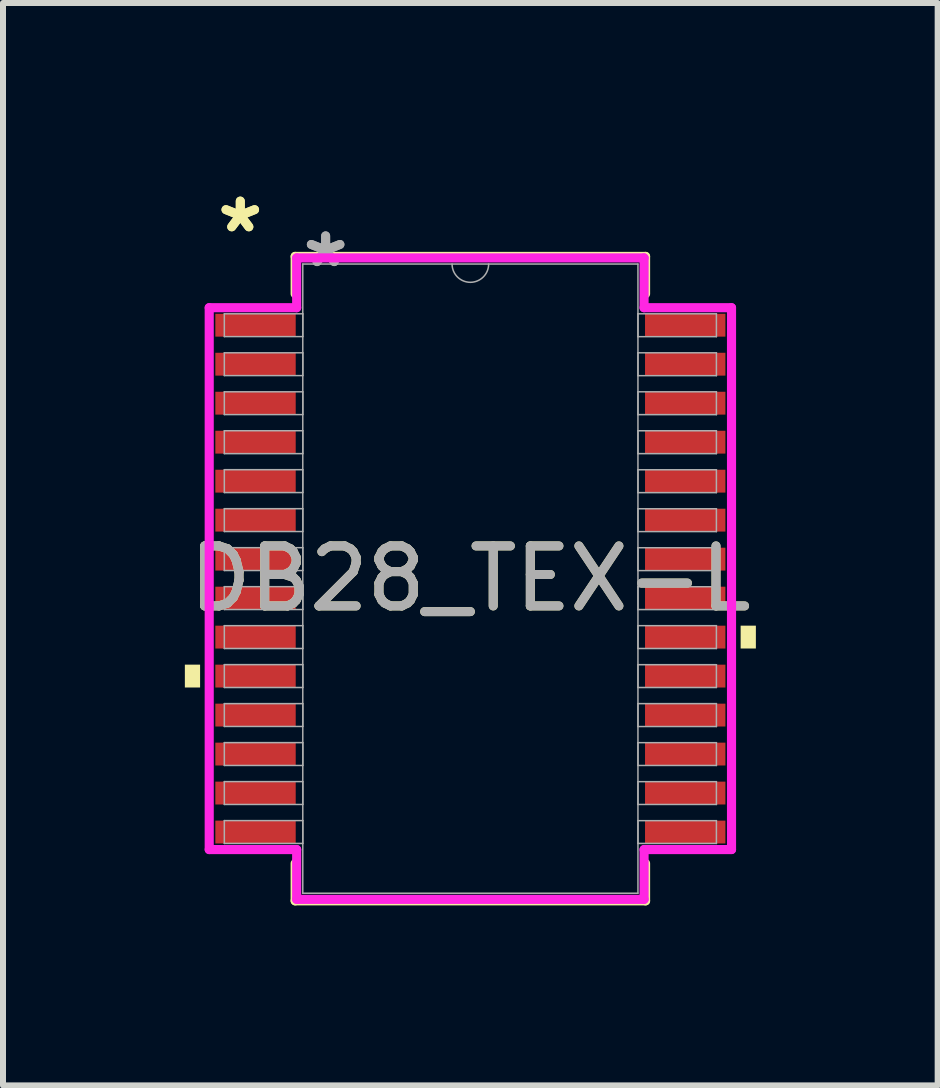
<source format=kicad_pcb>
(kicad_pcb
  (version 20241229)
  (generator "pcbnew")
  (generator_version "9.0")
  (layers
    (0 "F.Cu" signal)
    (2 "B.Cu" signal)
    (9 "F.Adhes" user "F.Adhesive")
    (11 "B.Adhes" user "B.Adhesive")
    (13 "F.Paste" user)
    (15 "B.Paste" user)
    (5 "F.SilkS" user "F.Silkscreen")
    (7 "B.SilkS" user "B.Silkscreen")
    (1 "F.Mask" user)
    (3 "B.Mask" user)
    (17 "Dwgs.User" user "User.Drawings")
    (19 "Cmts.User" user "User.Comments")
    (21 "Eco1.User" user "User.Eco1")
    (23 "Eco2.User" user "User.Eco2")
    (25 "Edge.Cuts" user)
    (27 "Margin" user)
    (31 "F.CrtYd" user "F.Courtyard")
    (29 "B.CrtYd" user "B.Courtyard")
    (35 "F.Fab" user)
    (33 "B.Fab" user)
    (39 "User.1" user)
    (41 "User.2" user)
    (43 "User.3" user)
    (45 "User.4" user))
  (footprint "DB28_TEX-L"
    (layer "F.Cu")
    (at 4.792 6.597)
    (property "Reference" "DB28_TEX-L" (at 0 0 0) (unlocked yes) (layer "F.SilkS") (effects (font (size 1 1) (thickness 0.15))))
    (attr smd)
    (fp_line (start -2.921 -5.372) (end -2.921 -4.748) (stroke (width 0.152) (type solid)) (layer "F.SilkS"))
    (fp_line (start -2.921 4.748) (end -2.921 5.372) (stroke (width 0.152) (type solid)) (layer "F.SilkS"))
    (fp_line (start -2.921 5.372) (end 2.921 5.372) (stroke (width 0.152) (type solid)) (layer "F.SilkS"))
    (fp_line (start 2.921 -5.372) (end -2.921 -5.372) (stroke (width 0.152) (type solid)) (layer "F.SilkS"))
    (fp_line (start 2.921 -4.748) (end 2.921 -5.372) (stroke (width 0.152) (type solid)) (layer "F.SilkS"))
    (fp_line (start 2.921 5.372) (end 2.921 4.748) (stroke (width 0.152) (type solid)) (layer "F.SilkS"))
    (fp_poly (pts (xy -4.76 1.434) (xy -4.76 1.815) (xy -4.506 1.815) (xy -4.506 1.434)) (stroke (width 0) (type solid)) (fill yes) (layer "F.SilkS"))
    (fp_poly (pts (xy 4.76 0.784) (xy 4.76 1.165) (xy 4.506 1.165) (xy 4.506 0.784)) (stroke (width 0) (type solid)) (fill yes) (layer "F.SilkS"))
    (fp_line (start -4.354 -4.517) (end -2.896 -4.517) (stroke (width 0.152) (type solid)) (layer "F.CrtYd"))
    (fp_line (start -4.354 4.517) (end -4.354 -4.517) (stroke (width 0.152) (type solid)) (layer "F.CrtYd"))
    (fp_line (start -4.354 4.517) (end -2.896 4.517) (stroke (width 0.152) (type solid)) (layer "F.CrtYd"))
    (fp_line (start -2.896 -5.347) (end 2.896 -5.347) (stroke (width 0.152) (type solid)) (layer "F.CrtYd"))
    (fp_line (start -2.896 -4.517) (end -2.896 -5.347) (stroke (width 0.152) (type solid)) (layer "F.CrtYd"))
    (fp_line (start -2.896 5.347) (end -2.896 4.517) (stroke (width 0.152) (type solid)) (layer "F.CrtYd"))
    (fp_line (start 2.896 -5.347) (end 2.896 -4.517) (stroke (width 0.152) (type solid)) (layer "F.CrtYd"))
    (fp_line (start 2.896 4.517) (end 2.896 5.347) (stroke (width 0.152) (type solid)) (layer "F.CrtYd"))
    (fp_line (start 2.896 5.347) (end -2.896 5.347) (stroke (width 0.152) (type solid)) (layer "F.CrtYd"))
    (fp_line (start 4.354 -4.517) (end 2.896 -4.517) (stroke (width 0.152) (type solid)) (layer "F.CrtYd"))
    (fp_line (start 4.354 -4.517) (end 4.354 4.517) (stroke (width 0.152) (type solid)) (layer "F.CrtYd"))
    (fp_line (start 4.354 4.517) (end 2.896 4.517) (stroke (width 0.152) (type solid)) (layer "F.CrtYd"))
    (fp_line (start -4.102 -4.415) (end -4.102 -4.035) (stroke (width 0.025) (type solid)) (layer "F.Fab"))
    (fp_line (start -4.102 -4.035) (end -2.794 -4.035) (stroke (width 0.025) (type solid)) (layer "F.Fab"))
    (fp_line (start -4.102 -3.765) (end -4.102 -3.385) (stroke (width 0.025) (type solid)) (layer "F.Fab"))
    (fp_line (start -4.102 -3.385) (end -2.794 -3.385) (stroke (width 0.025) (type solid)) (layer "F.Fab"))
    (fp_line (start -4.102 -3.115) (end -4.102 -2.735) (stroke (width 0.025) (type solid)) (layer "F.Fab"))
    (fp_line (start -4.102 -2.735) (end -2.794 -2.735) (stroke (width 0.025) (type solid)) (layer "F.Fab"))
    (fp_line (start -4.102 -2.466) (end -4.102 -2.084) (stroke (width 0.025) (type solid)) (layer "F.Fab"))
    (fp_line (start -4.102 -2.084) (end -2.794 -2.084) (stroke (width 0.025) (type solid)) (layer "F.Fab"))
    (fp_line (start -4.102 -1.816) (end -4.102 -1.435) (stroke (width 0.025) (type solid)) (layer "F.Fab"))
    (fp_line (start -4.102 -1.435) (end -2.794 -1.435) (stroke (width 0.025) (type solid)) (layer "F.Fab"))
    (fp_line (start -4.102 -1.166) (end -4.102 -0.785) (stroke (width 0.025) (type solid)) (layer "F.Fab"))
    (fp_line (start -4.102 -0.785) (end -2.794 -0.785) (stroke (width 0.025) (type solid)) (layer "F.Fab"))
    (fp_line (start -4.102 -0.516) (end -4.102 -0.135) (stroke (width 0.025) (type solid)) (layer "F.Fab"))
    (fp_line (start -4.102 -0.135) (end -2.794 -0.135) (stroke (width 0.025) (type solid)) (layer "F.Fab"))
    (fp_line (start -4.102 0.134) (end -4.102 0.515) (stroke (width 0.025) (type solid)) (layer "F.Fab"))
    (fp_line (start -4.102 0.515) (end -2.794 0.515) (stroke (width 0.025) (type solid)) (layer "F.Fab"))
    (fp_line (start -4.102 0.784) (end -4.102 1.165) (stroke (width 0.025) (type solid)) (layer "F.Fab"))
    (fp_line (start -4.102 1.165) (end -2.794 1.165) (stroke (width 0.025) (type solid)) (layer "F.Fab"))
    (fp_line (start -4.102 1.434) (end -4.102 1.815) (stroke (width 0.025) (type solid)) (layer "F.Fab"))
    (fp_line (start -4.102 1.815) (end -2.794 1.815) (stroke (width 0.025) (type solid)) (layer "F.Fab"))
    (fp_line (start -4.102 2.084) (end -4.102 2.465) (stroke (width 0.025) (type solid)) (layer "F.Fab"))
    (fp_line (start -4.102 2.465) (end -2.794 2.465) (stroke (width 0.025) (type solid)) (layer "F.Fab"))
    (fp_line (start -4.102 2.734) (end -4.102 3.115) (stroke (width 0.025) (type solid)) (layer "F.Fab"))
    (fp_line (start -4.102 3.115) (end -2.794 3.115) (stroke (width 0.025) (type solid)) (layer "F.Fab"))
    (fp_line (start -4.102 3.384) (end -4.102 3.765) (stroke (width 0.025) (type solid)) (layer "F.Fab"))
    (fp_line (start -4.102 3.765) (end -2.794 3.765) (stroke (width 0.025) (type solid)) (layer "F.Fab"))
    (fp_line (start -4.102 4.034) (end -4.102 4.415) (stroke (width 0.025) (type solid)) (layer "F.Fab"))
    (fp_line (start -4.102 4.415) (end -2.794 4.415) (stroke (width 0.025) (type solid)) (layer "F.Fab"))
    (fp_line (start -2.794 -5.245) (end -2.794 5.245) (stroke (width 0.025) (type solid)) (layer "F.Fab"))
    (fp_line (start -2.794 -4.415) (end -4.102 -4.415) (stroke (width 0.025) (type solid)) (layer "F.Fab"))
    (fp_line (start -2.794 -4.035) (end -2.794 -4.415) (stroke (width 0.025) (type solid)) (layer "F.Fab"))
    (fp_line (start -2.794 -3.765) (end -4.102 -3.765) (stroke (width 0.025) (type solid)) (layer "F.Fab"))
    (fp_line (start -2.794 -3.385) (end -2.794 -3.765) (stroke (width 0.025) (type solid)) (layer "F.Fab"))
    (fp_line (start -2.794 -3.115) (end -4.102 -3.115) (stroke (width 0.025) (type solid)) (layer "F.Fab"))
    (fp_line (start -2.794 -2.735) (end -2.794 -3.115) (stroke (width 0.025) (type solid)) (layer "F.Fab"))
    (fp_line (start -2.794 -2.466) (end -4.102 -2.466) (stroke (width 0.025) (type solid)) (layer "F.Fab"))
    (fp_line (start -2.794 -2.084) (end -2.794 -2.466) (stroke (width 0.025) (type solid)) (layer "F.Fab"))
    (fp_line (start -2.794 -1.816) (end -4.102 -1.816) (stroke (width 0.025) (type solid)) (layer "F.Fab"))
    (fp_line (start -2.794 -1.435) (end -2.794 -1.816) (stroke (width 0.025) (type solid)) (layer "F.Fab"))
    (fp_line (start -2.794 -1.166) (end -4.102 -1.166) (stroke (width 0.025) (type solid)) (layer "F.Fab"))
    (fp_line (start -2.794 -0.785) (end -2.794 -1.166) (stroke (width 0.025) (type solid)) (layer "F.Fab"))
    (fp_line (start -2.794 -0.516) (end -4.102 -0.516) (stroke (width 0.025) (type solid)) (layer "F.Fab"))
    (fp_line (start -2.794 -0.135) (end -2.794 -0.516) (stroke (width 0.025) (type solid)) (layer "F.Fab"))
    (fp_line (start -2.794 0.134) (end -4.102 0.134) (stroke (width 0.025) (type solid)) (layer "F.Fab"))
    (fp_line (start -2.794 0.515) (end -2.794 0.134) (stroke (width 0.025) (type solid)) (layer "F.Fab"))
    (fp_line (start -2.794 0.784) (end -4.102 0.784) (stroke (width 0.025) (type solid)) (layer "F.Fab"))
    (fp_line (start -2.794 1.165) (end -2.794 0.784) (stroke (width 0.025) (type solid)) (layer "F.Fab"))
    (fp_line (start -2.794 1.434) (end -4.102 1.434) (stroke (width 0.025) (type solid)) (layer "F.Fab"))
    (fp_line (start -2.794 1.815) (end -2.794 1.434) (stroke (width 0.025) (type solid)) (layer "F.Fab"))
    (fp_line (start -2.794 2.084) (end -4.102 2.084) (stroke (width 0.025) (type solid)) (layer "F.Fab"))
    (fp_line (start -2.794 2.465) (end -2.794 2.084) (stroke (width 0.025) (type solid)) (layer "F.Fab"))
    (fp_line (start -2.794 2.734) (end -4.102 2.734) (stroke (width 0.025) (type solid)) (layer "F.Fab"))
    (fp_line (start -2.794 3.115) (end -2.794 2.734) (stroke (width 0.025) (type solid)) (layer "F.Fab"))
    (fp_line (start -2.794 3.384) (end -4.102 3.384) (stroke (width 0.025) (type solid)) (layer "F.Fab"))
    (fp_line (start -2.794 3.765) (end -2.794 3.384) (stroke (width 0.025) (type solid)) (layer "F.Fab"))
    (fp_line (start -2.794 4.034) (end -4.102 4.034) (stroke (width 0.025) (type solid)) (layer "F.Fab"))
    (fp_line (start -2.794 4.415) (end -2.794 4.034) (stroke (width 0.025) (type solid)) (layer "F.Fab"))
    (fp_line (start -2.794 5.245) (end 2.794 5.245) (stroke (width 0.025) (type solid)) (layer "F.Fab"))
    (fp_line (start 2.794 -5.245) (end -2.794 -5.245) (stroke (width 0.025) (type solid)) (layer "F.Fab"))
    (fp_line (start 2.794 -4.415) (end 2.794 -4.034) (stroke (width 0.025) (type solid)) (layer "F.Fab"))
    (fp_line (start 2.794 -4.034) (end 4.102 -4.034) (stroke (width 0.025) (type solid)) (layer "F.Fab"))
    (fp_line (start 2.794 -3.765) (end 2.794 -3.384) (stroke (width 0.025) (type solid)) (layer "F.Fab"))
    (fp_line (start 2.794 -3.384) (end 4.102 -3.384) (stroke (width 0.025) (type solid)) (layer "F.Fab"))
    (fp_line (start 2.794 -3.115) (end 2.794 -2.734) (stroke (width 0.025) (type solid)) (layer "F.Fab"))
    (fp_line (start 2.794 -2.734) (end 4.102 -2.734) (stroke (width 0.025) (type solid)) (layer "F.Fab"))
    (fp_line (start 2.794 -2.465) (end 2.794 -2.084) (stroke (width 0.025) (type solid)) (layer "F.Fab"))
    (fp_line (start 2.794 -2.084) (end 4.102 -2.084) (stroke (width 0.025) (type solid)) (layer "F.Fab"))
    (fp_line (start 2.794 -1.815) (end 2.794 -1.434) (stroke (width 0.025) (type solid)) (layer "F.Fab"))
    (fp_line (start 2.794 -1.434) (end 4.102 -1.434) (stroke (width 0.025) (type solid)) (layer "F.Fab"))
    (fp_line (start 2.794 -1.165) (end 2.794 -0.784) (stroke (width 0.025) (type solid)) (layer "F.Fab"))
    (fp_line (start 2.794 -0.784) (end 4.102 -0.784) (stroke (width 0.025) (type solid)) (layer "F.Fab"))
    (fp_line (start 2.794 -0.515) (end 2.794 -0.134) (stroke (width 0.025) (type solid)) (layer "F.Fab"))
    (fp_line (start 2.794 -0.134) (end 4.102 -0.134) (stroke (width 0.025) (type solid)) (layer "F.Fab"))
    (fp_line (start 2.794 0.135) (end 2.794 0.516) (stroke (width 0.025) (type solid)) (layer "F.Fab"))
    (fp_line (start 2.794 0.516) (end 4.102 0.516) (stroke (width 0.025) (type solid)) (layer "F.Fab"))
    (fp_line (start 2.794 0.784) (end 2.794 1.165) (stroke (width 0.025) (type solid)) (layer "F.Fab"))
    (fp_line (start 2.794 1.165) (end 4.102 1.165) (stroke (width 0.025) (type solid)) (layer "F.Fab"))
    (fp_line (start 2.794 1.435) (end 2.794 1.815) (stroke (width 0.025) (type solid)) (layer "F.Fab"))
    (fp_line (start 2.794 1.815) (end 4.102 1.815) (stroke (width 0.025) (type solid)) (layer "F.Fab"))
    (fp_line (start 2.794 2.084) (end 2.794 2.466) (stroke (width 0.025) (type solid)) (layer "F.Fab"))
    (fp_line (start 2.794 2.466) (end 4.102 2.466) (stroke (width 0.025) (type solid)) (layer "F.Fab"))
    (fp_line (start 2.794 2.735) (end 2.794 3.115) (stroke (width 0.025) (type solid)) (layer "F.Fab"))
    (fp_line (start 2.794 3.115) (end 4.102 3.115) (stroke (width 0.025) (type solid)) (layer "F.Fab"))
    (fp_line (start 2.794 3.385) (end 2.794 3.765) (stroke (width 0.025) (type solid)) (layer "F.Fab"))
    (fp_line (start 2.794 3.765) (end 4.102 3.765) (stroke (width 0.025) (type solid)) (layer "F.Fab"))
    (fp_line (start 2.794 4.035) (end 2.794 4.415) (stroke (width 0.025) (type solid)) (layer "F.Fab"))
    (fp_line (start 2.794 4.415) (end 4.102 4.415) (stroke (width 0.025) (type solid)) (layer "F.Fab"))
    (fp_line (start 2.794 5.245) (end 2.794 -5.245) (stroke (width 0.025) (type solid)) (layer "F.Fab"))
    (fp_line (start 4.102 -4.415) (end 2.794 -4.415) (stroke (width 0.025) (type solid)) (layer "F.Fab"))
    (fp_line (start 4.102 -4.034) (end 4.102 -4.415) (stroke (width 0.025) (type solid)) (layer "F.Fab"))
    (fp_line (start 4.102 -3.765) (end 2.794 -3.765) (stroke (width 0.025) (type solid)) (layer "F.Fab"))
    (fp_line (start 4.102 -3.384) (end 4.102 -3.765) (stroke (width 0.025) (type solid)) (layer "F.Fab"))
    (fp_line (start 4.102 -3.115) (end 2.794 -3.115) (stroke (width 0.025) (type solid)) (layer "F.Fab"))
    (fp_line (start 4.102 -2.734) (end 4.102 -3.115) (stroke (width 0.025) (type solid)) (layer "F.Fab"))
    (fp_line (start 4.102 -2.465) (end 2.794 -2.465) (stroke (width 0.025) (type solid)) (layer "F.Fab"))
    (fp_line (start 4.102 -2.084) (end 4.102 -2.465) (stroke (width 0.025) (type solid)) (layer "F.Fab"))
    (fp_line (start 4.102 -1.815) (end 2.794 -1.815) (stroke (width 0.025) (type solid)) (layer "F.Fab"))
    (fp_line (start 4.102 -1.434) (end 4.102 -1.815) (stroke (width 0.025) (type solid)) (layer "F.Fab"))
    (fp_line (start 4.102 -1.165) (end 2.794 -1.165) (stroke (width 0.025) (type solid)) (layer "F.Fab"))
    (fp_line (start 4.102 -0.784) (end 4.102 -1.165) (stroke (width 0.025) (type solid)) (layer "F.Fab"))
    (fp_line (start 4.102 -0.515) (end 2.794 -0.515) (stroke (width 0.025) (type solid)) (layer "F.Fab"))
    (fp_line (start 4.102 -0.134) (end 4.102 -0.515) (stroke (width 0.025) (type solid)) (layer "F.Fab"))
    (fp_line (start 4.102 0.135) (end 2.794 0.135) (stroke (width 0.025) (type solid)) (layer "F.Fab"))
    (fp_line (start 4.102 0.516) (end 4.102 0.135) (stroke (width 0.025) (type solid)) (layer "F.Fab"))
    (fp_line (start 4.102 0.784) (end 2.794 0.784) (stroke (width 0.025) (type solid)) (layer "F.Fab"))
    (fp_line (start 4.102 1.165) (end 4.102 0.784) (stroke (width 0.025) (type solid)) (layer "F.Fab"))
    (fp_line (start 4.102 1.435) (end 2.794 1.435) (stroke (width 0.025) (type solid)) (layer "F.Fab"))
    (fp_line (start 4.102 1.815) (end 4.102 1.435) (stroke (width 0.025) (type solid)) (layer "F.Fab"))
    (fp_line (start 4.102 2.084) (end 2.794 2.084) (stroke (width 0.025) (type solid)) (layer "F.Fab"))
    (fp_line (start 4.102 2.466) (end 4.102 2.084) (stroke (width 0.025) (type solid)) (layer "F.Fab"))
    (fp_line (start 4.102 2.735) (end 2.794 2.735) (stroke (width 0.025) (type solid)) (layer "F.Fab"))
    (fp_line (start 4.102 3.115) (end 4.102 2.735) (stroke (width 0.025) (type solid)) (layer "F.Fab"))
    (fp_line (start 4.102 3.385) (end 2.794 3.385) (stroke (width 0.025) (type solid)) (layer "F.Fab"))
    (fp_line (start 4.102 3.765) (end 4.102 3.385) (stroke (width 0.025) (type solid)) (layer "F.Fab"))
    (fp_line (start 4.102 4.035) (end 2.794 4.035) (stroke (width 0.025) (type solid)) (layer "F.Fab"))
    (fp_line (start 4.102 4.415) (end 4.102 4.035) (stroke (width 0.025) (type solid)) (layer "F.Fab"))
    (fp_arc (start 0.3048 -5.2451) (mid 0 -4.9403) (end -0.3048 -5.2451) (stroke (width 0.0254) (type solid)) (layer "F.Fab"))
    (fp_text user "*" (at -3.836 -5.749 0) (unlocked yes) (layer "F.SilkS") (effects (font (size 1 1) (thickness 0.15))))
    (fp_text user "*" (at -3.836 -5.749 0) (layer "F.SilkS") (effects (font (size 1 1) (thickness 0.15))))
    (fp_text user "*" (at -2.413 -5.169 0) (layer "F.Fab") (effects (font (size 1 1) (thickness 0.15))))
    (fp_text user "*" (at -2.413 -5.169 0) (unlocked yes) (layer "F.Fab") (effects (font (size 1 1) (thickness 0.15))))
    (fp_text user "${REFERENCE}" (at 0 0 0) (unlocked yes) (layer "F.Fab") (effects (font (size 1 1) (thickness 0.15))))
    (pad "1" smd rect (at -3.582 -4.225) (size 1.34 0.381) (layers "F.Cu" "F.Mask" "F.Paste"))
    (pad "2" smd rect (at -3.582 -3.575) (size 1.34 0.381) (layers "F.Cu" "F.Mask" "F.Paste"))
    (pad "3" smd rect (at -3.582 -2.925) (size 1.34 0.381) (layers "F.Cu" "F.Mask" "F.Paste"))
    (pad "4" smd rect (at -3.582 -2.275) (size 1.34 0.381) (layers "F.Cu" "F.Mask" "F.Paste"))
    (pad "5" smd rect (at -3.582 -1.625) (size 1.34 0.381) (layers "F.Cu" "F.Mask" "F.Paste"))
    (pad "6" smd rect (at -3.582 -0.975) (size 1.34 0.381) (layers "F.Cu" "F.Mask" "F.Paste"))
    (pad "7" smd rect (at -3.582 -0.325) (size 1.34 0.381) (layers "F.Cu" "F.Mask" "F.Paste"))
    (pad "8" smd rect (at -3.582 0.325) (size 1.34 0.381) (layers "F.Cu" "F.Mask" "F.Paste"))
    (pad "9" smd rect (at -3.582 0.975) (size 1.34 0.381) (layers "F.Cu" "F.Mask" "F.Paste"))
    (pad "10" smd rect (at -3.582 1.625) (size 1.34 0.381) (layers "F.Cu" "F.Mask" "F.Paste"))
    (pad "11" smd rect (at -3.582 2.275) (size 1.34 0.381) (layers "F.Cu" "F.Mask" "F.Paste"))
    (pad "12" smd rect (at -3.582 2.925) (size 1.34 0.381) (layers "F.Cu" "F.Mask" "F.Paste"))
    (pad "13" smd rect (at -3.582 3.575) (size 1.34 0.381) (layers "F.Cu" "F.Mask" "F.Paste"))
    (pad "14" smd rect (at -3.582 4.225) (size 1.34 0.381) (layers "F.Cu" "F.Mask" "F.Paste"))
    (pad "15" smd rect (at 3.582 4.225) (size 1.34 0.381) (layers "F.Cu" "F.Mask" "F.Paste"))
    (pad "16" smd rect (at 3.582 3.575) (size 1.34 0.381) (layers "F.Cu" "F.Mask" "F.Paste"))
    (pad "17" smd rect (at 3.582 2.925) (size 1.34 0.381) (layers "F.Cu" "F.Mask" "F.Paste"))
    (pad "18" smd rect (at 3.582 2.275) (size 1.34 0.381) (layers "F.Cu" "F.Mask" "F.Paste"))
    (pad "19" smd rect (at 3.582 1.625) (size 1.34 0.381) (layers "F.Cu" "F.Mask" "F.Paste"))
    (pad "20" smd rect (at 3.582 0.975) (size 1.34 0.381) (layers "F.Cu" "F.Mask" "F.Paste"))
    (pad "21" smd rect (at 3.582 0.325) (size 1.34 0.381) (layers "F.Cu" "F.Mask" "F.Paste"))
    (pad "22" smd rect (at 3.582 -0.325) (size 1.34 0.381) (layers "F.Cu" "F.Mask" "F.Paste"))
    (pad "23" smd rect (at 3.582 -0.975) (size 1.34 0.381) (layers "F.Cu" "F.Mask" "F.Paste"))
    (pad "24" smd rect (at 3.582 -1.625) (size 1.34 0.381) (layers "F.Cu" "F.Mask" "F.Paste"))
    (pad "25" smd rect (at 3.582 -2.275) (size 1.34 0.381) (layers "F.Cu" "F.Mask" "F.Paste"))
    (pad "26" smd rect (at 3.582 -2.925) (size 1.34 0.381) (layers "F.Cu" "F.Mask" "F.Paste"))
    (pad "27" smd rect (at 3.582 -3.575) (size 1.34 0.381) (layers "F.Cu" "F.Mask" "F.Paste"))
    (pad "28" smd rect (at 3.582 -4.225) (size 1.34 0.381) (layers "F.Cu" "F.Mask" "F.Paste")))
  (gr_rect
    (start -3 -3)
    (end 12.583 15.046)
    (stroke (width 0.1) (type default))
    (fill no)
    (layer "Edge.Cuts")))
</source>
